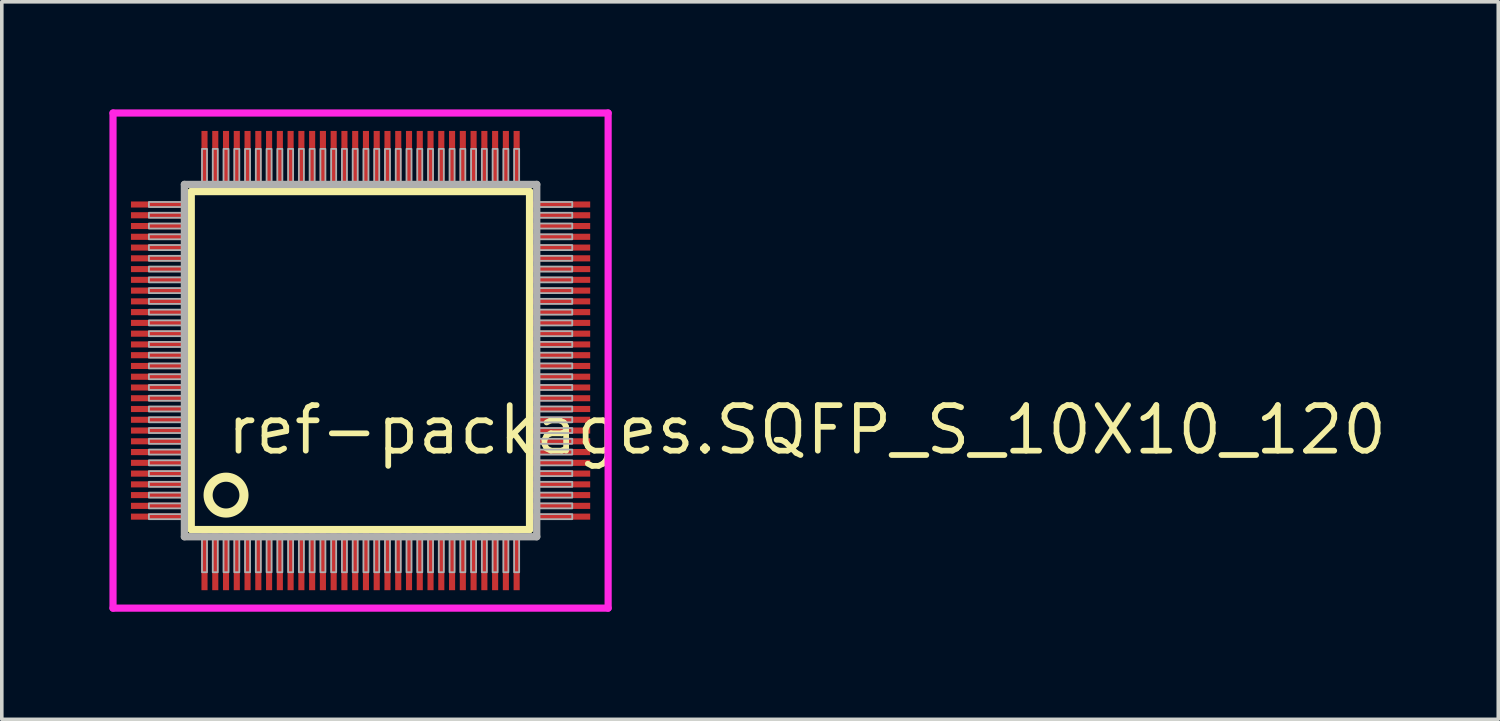
<source format=kicad_pcb>
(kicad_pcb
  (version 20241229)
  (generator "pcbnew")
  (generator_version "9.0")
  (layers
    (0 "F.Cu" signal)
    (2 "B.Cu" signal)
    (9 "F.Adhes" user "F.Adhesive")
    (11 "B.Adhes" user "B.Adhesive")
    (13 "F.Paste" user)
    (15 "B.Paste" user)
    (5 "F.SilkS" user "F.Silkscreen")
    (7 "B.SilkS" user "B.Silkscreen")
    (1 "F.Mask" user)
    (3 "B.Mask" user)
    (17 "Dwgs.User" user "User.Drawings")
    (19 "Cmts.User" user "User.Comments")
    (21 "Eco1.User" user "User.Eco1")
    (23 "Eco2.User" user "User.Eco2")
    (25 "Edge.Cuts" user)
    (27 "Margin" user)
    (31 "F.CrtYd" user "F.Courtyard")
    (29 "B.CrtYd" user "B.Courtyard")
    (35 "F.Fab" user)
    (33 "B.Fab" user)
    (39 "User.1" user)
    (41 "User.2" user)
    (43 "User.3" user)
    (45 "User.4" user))
  (footprint "ref-packages.SQFP_S_10X10_120"
    (layer "F.Cu")
    (at 7 7)
    (property "Reference" "ref-packages.SQFP_S_10X10_120" (at -3.81 2.675 0) (layer "F.SilkS") (effects (font (size 1.27 1.27) (thickness 0.16)) (justify left bottom)))
    (attr smd)
    (fp_line (start -4.72 -4.71) (end 4.71 -4.71) (stroke (width 0.203) (type default)) (layer "F.SilkS"))
    (fp_line (start -4.72 4.71) (end -4.72 -4.71) (stroke (width 0.203) (type default)) (layer "F.SilkS"))
    (fp_line (start 4.71 -4.71) (end 4.71 4.71) (stroke (width 0.203) (type default)) (layer "F.SilkS"))
    (fp_line (start 4.71 4.71) (end -4.72 4.71) (stroke (width 0.203) (type default)) (layer "F.SilkS"))
    (fp_circle (center -3.75 3.75) (end -3.25 3.75) (stroke (width 0.254) (type default)) (fill no) (layer "F.SilkS"))
    (fp_line (start -6.9 -6.9) (end 6.9 -6.9) (stroke (width 0.2) (type default)) (layer "F.CrtYd"))
    (fp_line (start -6.9 6.9) (end -6.9 -6.9) (stroke (width 0.2) (type default)) (layer "F.CrtYd"))
    (fp_line (start 6.9 -6.9) (end 6.9 6.9) (stroke (width 0.2) (type default)) (layer "F.CrtYd"))
    (fp_line (start 6.9 6.9) (end -6.9 6.9) (stroke (width 0.2) (type default)) (layer "F.CrtYd"))
    (fp_line (start -4.91 -4.91) (end -4.91 4.91) (stroke (width 0.203) (type default)) (layer "F.Fab"))
    (fp_line (start -4.91 4.91) (end 4.91 4.91) (stroke (width 0.203) (type default)) (layer "F.Fab"))
    (fp_line (start 4.91 -4.91) (end -4.91 -4.91) (stroke (width 0.203) (type default)) (layer "F.Fab"))
    (fp_line (start 4.91 4.91) (end 4.91 -4.91) (stroke (width 0.203) (type default)) (layer "F.Fab"))
    (fp_rect (start -5.9 -4.28) (end -4.95 -4.42) (stroke (width 0.05) (type default)) (fill no) (layer "F.Fab"))
    (fp_rect (start -5.9 -3.98) (end -4.95 -4.12) (stroke (width 0.05) (type default)) (fill no) (layer "F.Fab"))
    (fp_rect (start -5.9 -3.68) (end -4.95 -3.82) (stroke (width 0.05) (type default)) (fill no) (layer "F.Fab"))
    (fp_rect (start -5.9 -3.38) (end -4.95 -3.52) (stroke (width 0.05) (type default)) (fill no) (layer "F.Fab"))
    (fp_rect (start -5.9 -3.08) (end -4.95 -3.22) (stroke (width 0.05) (type default)) (fill no) (layer "F.Fab"))
    (fp_rect (start -5.9 -2.78) (end -4.95 -2.92) (stroke (width 0.05) (type default)) (fill no) (layer "F.Fab"))
    (fp_rect (start -5.9 -2.48) (end -4.95 -2.62) (stroke (width 0.05) (type default)) (fill no) (layer "F.Fab"))
    (fp_rect (start -5.9 -2.18) (end -4.95 -2.32) (stroke (width 0.05) (type default)) (fill no) (layer "F.Fab"))
    (fp_rect (start -5.9 -1.88) (end -4.95 -2.02) (stroke (width 0.05) (type default)) (fill no) (layer "F.Fab"))
    (fp_rect (start -5.9 -1.58) (end -4.95 -1.72) (stroke (width 0.05) (type default)) (fill no) (layer "F.Fab"))
    (fp_rect (start -5.9 -1.28) (end -4.95 -1.42) (stroke (width 0.05) (type default)) (fill no) (layer "F.Fab"))
    (fp_rect (start -5.9 -0.98) (end -4.95 -1.12) (stroke (width 0.05) (type default)) (fill no) (layer "F.Fab"))
    (fp_rect (start -5.9 -0.68) (end -4.95 -0.82) (stroke (width 0.05) (type default)) (fill no) (layer "F.Fab"))
    (fp_rect (start -5.9 -0.38) (end -4.95 -0.52) (stroke (width 0.05) (type default)) (fill no) (layer "F.Fab"))
    (fp_rect (start -5.9 -0.08) (end -4.95 -0.22) (stroke (width 0.05) (type default)) (fill no) (layer "F.Fab"))
    (fp_rect (start -5.9 0.22) (end -4.95 0.08) (stroke (width 0.05) (type default)) (fill no) (layer "F.Fab"))
    (fp_rect (start -5.9 0.52) (end -4.95 0.38) (stroke (width 0.05) (type default)) (fill no) (layer "F.Fab"))
    (fp_rect (start -5.9 0.82) (end -4.95 0.68) (stroke (width 0.05) (type default)) (fill no) (layer "F.Fab"))
    (fp_rect (start -5.9 1.12) (end -4.95 0.98) (stroke (width 0.05) (type default)) (fill no) (layer "F.Fab"))
    (fp_rect (start -5.9 1.42) (end -4.95 1.28) (stroke (width 0.05) (type default)) (fill no) (layer "F.Fab"))
    (fp_rect (start -5.9 1.72) (end -4.95 1.58) (stroke (width 0.05) (type default)) (fill no) (layer "F.Fab"))
    (fp_rect (start -5.9 2.02) (end -4.95 1.88) (stroke (width 0.05) (type default)) (fill no) (layer "F.Fab"))
    (fp_rect (start -5.9 2.32) (end -4.95 2.18) (stroke (width 0.05) (type default)) (fill no) (layer "F.Fab"))
    (fp_rect (start -5.9 2.62) (end -4.95 2.48) (stroke (width 0.05) (type default)) (fill no) (layer "F.Fab"))
    (fp_rect (start -5.9 2.92) (end -4.95 2.78) (stroke (width 0.05) (type default)) (fill no) (layer "F.Fab"))
    (fp_rect (start -5.9 3.22) (end -4.95 3.08) (stroke (width 0.05) (type default)) (fill no) (layer "F.Fab"))
    (fp_rect (start -5.9 3.52) (end -4.95 3.38) (stroke (width 0.05) (type default)) (fill no) (layer "F.Fab"))
    (fp_rect (start -5.9 3.82) (end -4.95 3.68) (stroke (width 0.05) (type default)) (fill no) (layer "F.Fab"))
    (fp_rect (start -5.9 4.12) (end -4.95 3.98) (stroke (width 0.05) (type default)) (fill no) (layer "F.Fab"))
    (fp_rect (start -5.9 4.42) (end -4.95 4.28) (stroke (width 0.05) (type default)) (fill no) (layer "F.Fab"))
    (fp_rect (start -4.42 -4.95) (end -4.28 -5.9) (stroke (width 0.05) (type default)) (fill no) (layer "F.Fab"))
    (fp_rect (start -4.42 5.9) (end -4.28 4.95) (stroke (width 0.05) (type default)) (fill no) (layer "F.Fab"))
    (fp_rect (start -4.12 -4.95) (end -3.98 -5.9) (stroke (width 0.05) (type default)) (fill no) (layer "F.Fab"))
    (fp_rect (start -4.12 5.9) (end -3.98 4.95) (stroke (width 0.05) (type default)) (fill no) (layer "F.Fab"))
    (fp_rect (start -3.82 -4.95) (end -3.68 -5.9) (stroke (width 0.05) (type default)) (fill no) (layer "F.Fab"))
    (fp_rect (start -3.82 5.9) (end -3.68 4.95) (stroke (width 0.05) (type default)) (fill no) (layer "F.Fab"))
    (fp_rect (start -3.52 -4.95) (end -3.38 -5.9) (stroke (width 0.05) (type default)) (fill no) (layer "F.Fab"))
    (fp_rect (start -3.52 5.9) (end -3.38 4.95) (stroke (width 0.05) (type default)) (fill no) (layer "F.Fab"))
    (fp_rect (start -3.22 -4.95) (end -3.08 -5.9) (stroke (width 0.05) (type default)) (fill no) (layer "F.Fab"))
    (fp_rect (start -3.22 5.9) (end -3.08 4.95) (stroke (width 0.05) (type default)) (fill no) (layer "F.Fab"))
    (fp_rect (start -2.92 -4.95) (end -2.78 -5.9) (stroke (width 0.05) (type default)) (fill no) (layer "F.Fab"))
    (fp_rect (start -2.92 5.9) (end -2.78 4.95) (stroke (width 0.05) (type default)) (fill no) (layer "F.Fab"))
    (fp_rect (start -2.62 -4.95) (end -2.48 -5.9) (stroke (width 0.05) (type default)) (fill no) (layer "F.Fab"))
    (fp_rect (start -2.62 5.9) (end -2.48 4.95) (stroke (width 0.05) (type default)) (fill no) (layer "F.Fab"))
    (fp_rect (start -2.32 -4.95) (end -2.18 -5.9) (stroke (width 0.05) (type default)) (fill no) (layer "F.Fab"))
    (fp_rect (start -2.32 5.9) (end -2.18 4.95) (stroke (width 0.05) (type default)) (fill no) (layer "F.Fab"))
    (fp_rect (start -2.02 -4.95) (end -1.88 -5.9) (stroke (width 0.05) (type default)) (fill no) (layer "F.Fab"))
    (fp_rect (start -2.02 5.9) (end -1.88 4.95) (stroke (width 0.05) (type default)) (fill no) (layer "F.Fab"))
    (fp_rect (start -1.72 -4.95) (end -1.58 -5.9) (stroke (width 0.05) (type default)) (fill no) (layer "F.Fab"))
    (fp_rect (start -1.72 5.9) (end -1.58 4.95) (stroke (width 0.05) (type default)) (fill no) (layer "F.Fab"))
    (fp_rect (start -1.42 -4.95) (end -1.28 -5.9) (stroke (width 0.05) (type default)) (fill no) (layer "F.Fab"))
    (fp_rect (start -1.42 5.9) (end -1.28 4.95) (stroke (width 0.05) (type default)) (fill no) (layer "F.Fab"))
    (fp_rect (start -1.12 -4.95) (end -0.98 -5.9) (stroke (width 0.05) (type default)) (fill no) (layer "F.Fab"))
    (fp_rect (start -1.12 5.9) (end -0.98 4.95) (stroke (width 0.05) (type default)) (fill no) (layer "F.Fab"))
    (fp_rect (start -0.82 -4.95) (end -0.68 -5.9) (stroke (width 0.05) (type default)) (fill no) (layer "F.Fab"))
    (fp_rect (start -0.82 5.9) (end -0.68 4.95) (stroke (width 0.05) (type default)) (fill no) (layer "F.Fab"))
    (fp_rect (start -0.52 -4.95) (end -0.38 -5.9) (stroke (width 0.05) (type default)) (fill no) (layer "F.Fab"))
    (fp_rect (start -0.52 5.9) (end -0.38 4.95) (stroke (width 0.05) (type default)) (fill no) (layer "F.Fab"))
    (fp_rect (start -0.22 -4.95) (end -0.08 -5.9) (stroke (width 0.05) (type default)) (fill no) (layer "F.Fab"))
    (fp_rect (start -0.22 5.9) (end -0.08 4.95) (stroke (width 0.05) (type default)) (fill no) (layer "F.Fab"))
    (fp_rect (start 0.08 -4.95) (end 0.22 -5.9) (stroke (width 0.05) (type default)) (fill no) (layer "F.Fab"))
    (fp_rect (start 0.08 5.9) (end 0.22 4.95) (stroke (width 0.05) (type default)) (fill no) (layer "F.Fab"))
    (fp_rect (start 0.38 -4.95) (end 0.52 -5.9) (stroke (width 0.05) (type default)) (fill no) (layer "F.Fab"))
    (fp_rect (start 0.38 5.9) (end 0.52 4.95) (stroke (width 0.05) (type default)) (fill no) (layer "F.Fab"))
    (fp_rect (start 0.68 -4.95) (end 0.82 -5.9) (stroke (width 0.05) (type default)) (fill no) (layer "F.Fab"))
    (fp_rect (start 0.68 5.9) (end 0.82 4.95) (stroke (width 0.05) (type default)) (fill no) (layer "F.Fab"))
    (fp_rect (start 0.98 -4.95) (end 1.12 -5.9) (stroke (width 0.05) (type default)) (fill no) (layer "F.Fab"))
    (fp_rect (start 0.98 5.9) (end 1.12 4.95) (stroke (width 0.05) (type default)) (fill no) (layer "F.Fab"))
    (fp_rect (start 1.28 -4.95) (end 1.42 -5.9) (stroke (width 0.05) (type default)) (fill no) (layer "F.Fab"))
    (fp_rect (start 1.28 5.9) (end 1.42 4.95) (stroke (width 0.05) (type default)) (fill no) (layer "F.Fab"))
    (fp_rect (start 1.58 -4.95) (end 1.72 -5.9) (stroke (width 0.05) (type default)) (fill no) (layer "F.Fab"))
    (fp_rect (start 1.58 5.9) (end 1.72 4.95) (stroke (width 0.05) (type default)) (fill no) (layer "F.Fab"))
    (fp_rect (start 1.88 -4.95) (end 2.02 -5.9) (stroke (width 0.05) (type default)) (fill no) (layer "F.Fab"))
    (fp_rect (start 1.88 5.9) (end 2.02 4.95) (stroke (width 0.05) (type default)) (fill no) (layer "F.Fab"))
    (fp_rect (start 2.18 -4.95) (end 2.32 -5.9) (stroke (width 0.05) (type default)) (fill no) (layer "F.Fab"))
    (fp_rect (start 2.18 5.9) (end 2.32 4.95) (stroke (width 0.05) (type default)) (fill no) (layer "F.Fab"))
    (fp_rect (start 2.48 -4.95) (end 2.62 -5.9) (stroke (width 0.05) (type default)) (fill no) (layer "F.Fab"))
    (fp_rect (start 2.48 5.9) (end 2.62 4.95) (stroke (width 0.05) (type default)) (fill no) (layer "F.Fab"))
    (fp_rect (start 2.78 -4.95) (end 2.92 -5.9) (stroke (width 0.05) (type default)) (fill no) (layer "F.Fab"))
    (fp_rect (start 2.78 5.9) (end 2.92 4.95) (stroke (width 0.05) (type default)) (fill no) (layer "F.Fab"))
    (fp_rect (start 3.08 -4.95) (end 3.22 -5.9) (stroke (width 0.05) (type default)) (fill no) (layer "F.Fab"))
    (fp_rect (start 3.08 5.9) (end 3.22 4.95) (stroke (width 0.05) (type default)) (fill no) (layer "F.Fab"))
    (fp_rect (start 3.38 -4.95) (end 3.52 -5.9) (stroke (width 0.05) (type default)) (fill no) (layer "F.Fab"))
    (fp_rect (start 3.38 5.9) (end 3.52 4.95) (stroke (width 0.05) (type default)) (fill no) (layer "F.Fab"))
    (fp_rect (start 3.68 -4.95) (end 3.82 -5.9) (stroke (width 0.05) (type default)) (fill no) (layer "F.Fab"))
    (fp_rect (start 3.68 5.9) (end 3.82 4.95) (stroke (width 0.05) (type default)) (fill no) (layer "F.Fab"))
    (fp_rect (start 3.98 -4.95) (end 4.12 -5.9) (stroke (width 0.05) (type default)) (fill no) (layer "F.Fab"))
    (fp_rect (start 3.98 5.9) (end 4.12 4.95) (stroke (width 0.05) (type default)) (fill no) (layer "F.Fab"))
    (fp_rect (start 4.28 -4.95) (end 4.42 -5.9) (stroke (width 0.05) (type default)) (fill no) (layer "F.Fab"))
    (fp_rect (start 4.28 5.9) (end 4.42 4.95) (stroke (width 0.05) (type default)) (fill no) (layer "F.Fab"))
    (fp_rect (start 4.95 -4.28) (end 5.9 -4.42) (stroke (width 0.05) (type default)) (fill no) (layer "F.Fab"))
    (fp_rect (start 4.95 -3.98) (end 5.9 -4.12) (stroke (width 0.05) (type default)) (fill no) (layer "F.Fab"))
    (fp_rect (start 4.95 -3.68) (end 5.9 -3.82) (stroke (width 0.05) (type default)) (fill no) (layer "F.Fab"))
    (fp_rect (start 4.95 -3.38) (end 5.9 -3.52) (stroke (width 0.05) (type default)) (fill no) (layer "F.Fab"))
    (fp_rect (start 4.95 -3.08) (end 5.9 -3.22) (stroke (width 0.05) (type default)) (fill no) (layer "F.Fab"))
    (fp_rect (start 4.95 -2.78) (end 5.9 -2.92) (stroke (width 0.05) (type default)) (fill no) (layer "F.Fab"))
    (fp_rect (start 4.95 -2.48) (end 5.9 -2.62) (stroke (width 0.05) (type default)) (fill no) (layer "F.Fab"))
    (fp_rect (start 4.95 -2.18) (end 5.9 -2.32) (stroke (width 0.05) (type default)) (fill no) (layer "F.Fab"))
    (fp_rect (start 4.95 -1.88) (end 5.9 -2.02) (stroke (width 0.05) (type default)) (fill no) (layer "F.Fab"))
    (fp_rect (start 4.95 -1.58) (end 5.9 -1.72) (stroke (width 0.05) (type default)) (fill no) (layer "F.Fab"))
    (fp_rect (start 4.95 -1.28) (end 5.9 -1.42) (stroke (width 0.05) (type default)) (fill no) (layer "F.Fab"))
    (fp_rect (start 4.95 -0.98) (end 5.9 -1.12) (stroke (width 0.05) (type default)) (fill no) (layer "F.Fab"))
    (fp_rect (start 4.95 -0.68) (end 5.9 -0.82) (stroke (width 0.05) (type default)) (fill no) (layer "F.Fab"))
    (fp_rect (start 4.95 -0.38) (end 5.9 -0.52) (stroke (width 0.05) (type default)) (fill no) (layer "F.Fab"))
    (fp_rect (start 4.95 -0.08) (end 5.9 -0.22) (stroke (width 0.05) (type default)) (fill no) (layer "F.Fab"))
    (fp_rect (start 4.95 0.22) (end 5.9 0.08) (stroke (width 0.05) (type default)) (fill no) (layer "F.Fab"))
    (fp_rect (start 4.95 0.52) (end 5.9 0.38) (stroke (width 0.05) (type default)) (fill no) (layer "F.Fab"))
    (fp_rect (start 4.95 0.82) (end 5.9 0.68) (stroke (width 0.05) (type default)) (fill no) (layer "F.Fab"))
    (fp_rect (start 4.95 1.12) (end 5.9 0.98) (stroke (width 0.05) (type default)) (fill no) (layer "F.Fab"))
    (fp_rect (start 4.95 1.42) (end 5.9 1.28) (stroke (width 0.05) (type default)) (fill no) (layer "F.Fab"))
    (fp_rect (start 4.95 1.72) (end 5.9 1.58) (stroke (width 0.05) (type default)) (fill no) (layer "F.Fab"))
    (fp_rect (start 4.95 2.02) (end 5.9 1.88) (stroke (width 0.05) (type default)) (fill no) (layer "F.Fab"))
    (fp_rect (start 4.95 2.32) (end 5.9 2.18) (stroke (width 0.05) (type default)) (fill no) (layer "F.Fab"))
    (fp_rect (start 4.95 2.62) (end 5.9 2.48) (stroke (width 0.05) (type default)) (fill no) (layer "F.Fab"))
    (fp_rect (start 4.95 2.92) (end 5.9 2.78) (stroke (width 0.05) (type default)) (fill no) (layer "F.Fab"))
    (fp_rect (start 4.95 3.22) (end 5.9 3.08) (stroke (width 0.05) (type default)) (fill no) (layer "F.Fab"))
    (fp_rect (start 4.95 3.52) (end 5.9 3.38) (stroke (width 0.05) (type default)) (fill no) (layer "F.Fab"))
    (fp_rect (start 4.95 3.82) (end 5.9 3.68) (stroke (width 0.05) (type default)) (fill no) (layer "F.Fab"))
    (fp_rect (start 4.95 4.12) (end 5.9 3.98) (stroke (width 0.05) (type default)) (fill no) (layer "F.Fab"))
    (fp_rect (start 4.95 4.42) (end 5.9 4.28) (stroke (width 0.05) (type default)) (fill no) (layer "F.Fab"))
    (pad "1" smd roundrect (at -4.35 5.6) (size 0.17 1.6) (layers "F.Cu" "F.Mask" "F.Paste") (roundrect_rratio 0.01))
    (pad "2" smd roundrect (at -4.05 5.6) (size 0.17 1.6) (layers "F.Cu" "F.Mask" "F.Paste") (roundrect_rratio 0.01))
    (pad "3" smd roundrect (at -3.75 5.6) (size 0.17 1.6) (layers "F.Cu" "F.Mask" "F.Paste") (roundrect_rratio 0.01))
    (pad "4" smd roundrect (at -3.45 5.6) (size 0.17 1.6) (layers "F.Cu" "F.Mask" "F.Paste") (roundrect_rratio 0.01))
    (pad "5" smd roundrect (at -3.15 5.6) (size 0.17 1.6) (layers "F.Cu" "F.Mask" "F.Paste") (roundrect_rratio 0.01))
    (pad "6" smd roundrect (at -2.85 5.6) (size 0.17 1.6) (layers "F.Cu" "F.Mask" "F.Paste") (roundrect_rratio 0.01))
    (pad "7" smd roundrect (at -2.55 5.6) (size 0.17 1.6) (layers "F.Cu" "F.Mask" "F.Paste") (roundrect_rratio 0.01))
    (pad "8" smd roundrect (at -2.25 5.6) (size 0.17 1.6) (layers "F.Cu" "F.Mask" "F.Paste") (roundrect_rratio 0.01))
    (pad "9" smd roundrect (at -1.95 5.6) (size 0.17 1.6) (layers "F.Cu" "F.Mask" "F.Paste") (roundrect_rratio 0.01))
    (pad "10" smd roundrect (at -1.65 5.6) (size 0.17 1.6) (layers "F.Cu" "F.Mask" "F.Paste") (roundrect_rratio 0.01))
    (pad "11" smd roundrect (at -1.35 5.6) (size 0.17 1.6) (layers "F.Cu" "F.Mask" "F.Paste") (roundrect_rratio 0.01))
    (pad "12" smd roundrect (at -1.05 5.6) (size 0.17 1.6) (layers "F.Cu" "F.Mask" "F.Paste") (roundrect_rratio 0.01))
    (pad "13" smd roundrect (at -0.75 5.6) (size 0.17 1.6) (layers "F.Cu" "F.Mask" "F.Paste") (roundrect_rratio 0.01))
    (pad "14" smd roundrect (at -0.45 5.6) (size 0.17 1.6) (layers "F.Cu" "F.Mask" "F.Paste") (roundrect_rratio 0.01))
    (pad "15" smd roundrect (at -0.15 5.6) (size 0.17 1.6) (layers "F.Cu" "F.Mask" "F.Paste") (roundrect_rratio 0.01))
    (pad "16" smd roundrect (at 0.15 5.6) (size 0.17 1.6) (layers "F.Cu" "F.Mask" "F.Paste") (roundrect_rratio 0.01))
    (pad "17" smd roundrect (at 0.45 5.6) (size 0.17 1.6) (layers "F.Cu" "F.Mask" "F.Paste") (roundrect_rratio 0.01))
    (pad "18" smd roundrect (at 0.75 5.6) (size 0.17 1.6) (layers "F.Cu" "F.Mask" "F.Paste") (roundrect_rratio 0.01))
    (pad "19" smd roundrect (at 1.05 5.6) (size 0.17 1.6) (layers "F.Cu" "F.Mask" "F.Paste") (roundrect_rratio 0.01))
    (pad "20" smd roundrect (at 1.35 5.6) (size 0.17 1.6) (layers "F.Cu" "F.Mask" "F.Paste") (roundrect_rratio 0.01))
    (pad "21" smd roundrect (at 1.65 5.6) (size 0.17 1.6) (layers "F.Cu" "F.Mask" "F.Paste") (roundrect_rratio 0.01))
    (pad "22" smd roundrect (at 1.95 5.6) (size 0.17 1.6) (layers "F.Cu" "F.Mask" "F.Paste") (roundrect_rratio 0.01))
    (pad "23" smd roundrect (at 2.25 5.6) (size 0.17 1.6) (layers "F.Cu" "F.Mask" "F.Paste") (roundrect_rratio 0.01))
    (pad "24" smd roundrect (at 2.55 5.6) (size 0.17 1.6) (layers "F.Cu" "F.Mask" "F.Paste") (roundrect_rratio 0.01))
    (pad "25" smd roundrect (at 2.85 5.6) (size 0.17 1.6) (layers "F.Cu" "F.Mask" "F.Paste") (roundrect_rratio 0.01))
    (pad "26" smd roundrect (at 3.15 5.6) (size 0.17 1.6) (layers "F.Cu" "F.Mask" "F.Paste") (roundrect_rratio 0.01))
    (pad "27" smd roundrect (at 3.45 5.6) (size 0.17 1.6) (layers "F.Cu" "F.Mask" "F.Paste") (roundrect_rratio 0.01))
    (pad "28" smd roundrect (at 3.75 5.6) (size 0.17 1.6) (layers "F.Cu" "F.Mask" "F.Paste") (roundrect_rratio 0.01))
    (pad "29" smd roundrect (at 4.05 5.6) (size 0.17 1.6) (layers "F.Cu" "F.Mask" "F.Paste") (roundrect_rratio 0.01))
    (pad "30" smd roundrect (at 4.35 5.6) (size 0.17 1.6) (layers "F.Cu" "F.Mask" "F.Paste") (roundrect_rratio 0.01))
    (pad "31" smd roundrect (at 5.6 4.35) (size 1.6 0.17) (layers "F.Cu" "F.Mask" "F.Paste") (roundrect_rratio 0.01))
    (pad "32" smd roundrect (at 5.6 4.05) (size 1.6 0.17) (layers "F.Cu" "F.Mask" "F.Paste") (roundrect_rratio 0.01))
    (pad "33" smd roundrect (at 5.6 3.75) (size 1.6 0.17) (layers "F.Cu" "F.Mask" "F.Paste") (roundrect_rratio 0.01))
    (pad "34" smd roundrect (at 5.6 3.45) (size 1.6 0.17) (layers "F.Cu" "F.Mask" "F.Paste") (roundrect_rratio 0.01))
    (pad "35" smd roundrect (at 5.6 3.15) (size 1.6 0.17) (layers "F.Cu" "F.Mask" "F.Paste") (roundrect_rratio 0.01))
    (pad "36" smd roundrect (at 5.6 2.85) (size 1.6 0.17) (layers "F.Cu" "F.Mask" "F.Paste") (roundrect_rratio 0.01))
    (pad "37" smd roundrect (at 5.6 2.55) (size 1.6 0.17) (layers "F.Cu" "F.Mask" "F.Paste") (roundrect_rratio 0.01))
    (pad "38" smd roundrect (at 5.6 2.25) (size 1.6 0.17) (layers "F.Cu" "F.Mask" "F.Paste") (roundrect_rratio 0.01))
    (pad "39" smd roundrect (at 5.6 1.95) (size 1.6 0.17) (layers "F.Cu" "F.Mask" "F.Paste") (roundrect_rratio 0.01))
    (pad "40" smd roundrect (at 5.6 1.65) (size 1.6 0.17) (layers "F.Cu" "F.Mask" "F.Paste") (roundrect_rratio 0.01))
    (pad "41" smd roundrect (at 5.6 1.35) (size 1.6 0.17) (layers "F.Cu" "F.Mask" "F.Paste") (roundrect_rratio 0.01))
    (pad "42" smd roundrect (at 5.6 1.05) (size 1.6 0.17) (layers "F.Cu" "F.Mask" "F.Paste") (roundrect_rratio 0.01))
    (pad "43" smd roundrect (at 5.6 0.75) (size 1.6 0.17) (layers "F.Cu" "F.Mask" "F.Paste") (roundrect_rratio 0.01))
    (pad "44" smd roundrect (at 5.6 0.45) (size 1.6 0.17) (layers "F.Cu" "F.Mask" "F.Paste") (roundrect_rratio 0.01))
    (pad "45" smd roundrect (at 5.6 0.15) (size 1.6 0.17) (layers "F.Cu" "F.Mask" "F.Paste") (roundrect_rratio 0.01))
    (pad "46" smd roundrect (at 5.6 -0.15) (size 1.6 0.17) (layers "F.Cu" "F.Mask" "F.Paste") (roundrect_rratio 0.01))
    (pad "47" smd roundrect (at 5.6 -0.45) (size 1.6 0.17) (layers "F.Cu" "F.Mask" "F.Paste") (roundrect_rratio 0.01))
    (pad "48" smd roundrect (at 5.6 -0.75) (size 1.6 0.17) (layers "F.Cu" "F.Mask" "F.Paste") (roundrect_rratio 0.01))
    (pad "49" smd roundrect (at 5.6 -1.05) (size 1.6 0.17) (layers "F.Cu" "F.Mask" "F.Paste") (roundrect_rratio 0.01))
    (pad "50" smd roundrect (at 5.6 -1.35) (size 1.6 0.17) (layers "F.Cu" "F.Mask" "F.Paste") (roundrect_rratio 0.01))
    (pad "51" smd roundrect (at 5.6 -1.65) (size 1.6 0.17) (layers "F.Cu" "F.Mask" "F.Paste") (roundrect_rratio 0.01))
    (pad "52" smd roundrect (at 5.6 -1.95) (size 1.6 0.17) (layers "F.Cu" "F.Mask" "F.Paste") (roundrect_rratio 0.01))
    (pad "53" smd roundrect (at 5.6 -2.25) (size 1.6 0.17) (layers "F.Cu" "F.Mask" "F.Paste") (roundrect_rratio 0.01))
    (pad "54" smd roundrect (at 5.6 -2.55) (size 1.6 0.17) (layers "F.Cu" "F.Mask" "F.Paste") (roundrect_rratio 0.01))
    (pad "55" smd roundrect (at 5.6 -2.85) (size 1.6 0.17) (layers "F.Cu" "F.Mask" "F.Paste") (roundrect_rratio 0.01))
    (pad "56" smd roundrect (at 5.6 -3.15) (size 1.6 0.17) (layers "F.Cu" "F.Mask" "F.Paste") (roundrect_rratio 0.01))
    (pad "57" smd roundrect (at 5.6 -3.45) (size 1.6 0.17) (layers "F.Cu" "F.Mask" "F.Paste") (roundrect_rratio 0.01))
    (pad "58" smd roundrect (at 5.6 -3.75) (size 1.6 0.17) (layers "F.Cu" "F.Mask" "F.Paste") (roundrect_rratio 0.01))
    (pad "59" smd roundrect (at 5.6 -4.05) (size 1.6 0.17) (layers "F.Cu" "F.Mask" "F.Paste") (roundrect_rratio 0.01))
    (pad "60" smd roundrect (at 5.6 -4.35) (size 1.6 0.17) (layers "F.Cu" "F.Mask" "F.Paste") (roundrect_rratio 0.01))
    (pad "61" smd roundrect (at 4.35 -5.6) (size 0.17 1.6) (layers "F.Cu" "F.Mask" "F.Paste") (roundrect_rratio 0.01))
    (pad "62" smd roundrect (at 4.05 -5.6) (size 0.17 1.6) (layers "F.Cu" "F.Mask" "F.Paste") (roundrect_rratio 0.01))
    (pad "63" smd roundrect (at 3.75 -5.6) (size 0.17 1.6) (layers "F.Cu" "F.Mask" "F.Paste") (roundrect_rratio 0.01))
    (pad "64" smd roundrect (at 3.45 -5.6) (size 0.17 1.6) (layers "F.Cu" "F.Mask" "F.Paste") (roundrect_rratio 0.01))
    (pad "65" smd roundrect (at 3.15 -5.6) (size 0.17 1.6) (layers "F.Cu" "F.Mask" "F.Paste") (roundrect_rratio 0.01))
    (pad "66" smd roundrect (at 2.85 -5.6) (size 0.17 1.6) (layers "F.Cu" "F.Mask" "F.Paste") (roundrect_rratio 0.01))
    (pad "67" smd roundrect (at 2.55 -5.6) (size 0.17 1.6) (layers "F.Cu" "F.Mask" "F.Paste") (roundrect_rratio 0.01))
    (pad "68" smd roundrect (at 2.25 -5.6) (size 0.17 1.6) (layers "F.Cu" "F.Mask" "F.Paste") (roundrect_rratio 0.01))
    (pad "69" smd roundrect (at 1.95 -5.6) (size 0.17 1.6) (layers "F.Cu" "F.Mask" "F.Paste") (roundrect_rratio 0.01))
    (pad "70" smd roundrect (at 1.65 -5.6) (size 0.17 1.6) (layers "F.Cu" "F.Mask" "F.Paste") (roundrect_rratio 0.01))
    (pad "71" smd roundrect (at 1.35 -5.6) (size 0.17 1.6) (layers "F.Cu" "F.Mask" "F.Paste") (roundrect_rratio 0.01))
    (pad "72" smd roundrect (at 1.05 -5.6) (size 0.17 1.6) (layers "F.Cu" "F.Mask" "F.Paste") (roundrect_rratio 0.01))
    (pad "73" smd roundrect (at 0.75 -5.6) (size 0.17 1.6) (layers "F.Cu" "F.Mask" "F.Paste") (roundrect_rratio 0.01))
    (pad "74" smd roundrect (at 0.45 -5.6) (size 0.17 1.6) (layers "F.Cu" "F.Mask" "F.Paste") (roundrect_rratio 0.01))
    (pad "75" smd roundrect (at 0.15 -5.6) (size 0.17 1.6) (layers "F.Cu" "F.Mask" "F.Paste") (roundrect_rratio 0.01))
    (pad "76" smd roundrect (at -0.15 -5.6) (size 0.17 1.6) (layers "F.Cu" "F.Mask" "F.Paste") (roundrect_rratio 0.01))
    (pad "77" smd roundrect (at -0.45 -5.6) (size 0.17 1.6) (layers "F.Cu" "F.Mask" "F.Paste") (roundrect_rratio 0.01))
    (pad "78" smd roundrect (at -0.75 -5.6) (size 0.17 1.6) (layers "F.Cu" "F.Mask" "F.Paste") (roundrect_rratio 0.01))
    (pad "79" smd roundrect (at -1.05 -5.6) (size 0.17 1.6) (layers "F.Cu" "F.Mask" "F.Paste") (roundrect_rratio 0.01))
    (pad "80" smd roundrect (at -1.35 -5.6) (size 0.17 1.6) (layers "F.Cu" "F.Mask" "F.Paste") (roundrect_rratio 0.01))
    (pad "81" smd roundrect (at -1.65 -5.6) (size 0.17 1.6) (layers "F.Cu" "F.Mask" "F.Paste") (roundrect_rratio 0.01))
    (pad "82" smd roundrect (at -1.95 -5.6) (size 0.17 1.6) (layers "F.Cu" "F.Mask" "F.Paste") (roundrect_rratio 0.01))
    (pad "83" smd roundrect (at -2.25 -5.6) (size 0.17 1.6) (layers "F.Cu" "F.Mask" "F.Paste") (roundrect_rratio 0.01))
    (pad "84" smd roundrect (at -2.55 -5.6) (size 0.17 1.6) (layers "F.Cu" "F.Mask" "F.Paste") (roundrect_rratio 0.01))
    (pad "85" smd roundrect (at -2.85 -5.6) (size 0.17 1.6) (layers "F.Cu" "F.Mask" "F.Paste") (roundrect_rratio 0.01))
    (pad "86" smd roundrect (at -3.15 -5.6) (size 0.17 1.6) (layers "F.Cu" "F.Mask" "F.Paste") (roundrect_rratio 0.01))
    (pad "87" smd roundrect (at -3.45 -5.6) (size 0.17 1.6) (layers "F.Cu" "F.Mask" "F.Paste") (roundrect_rratio 0.01))
    (pad "88" smd roundrect (at -3.75 -5.6) (size 0.17 1.6) (layers "F.Cu" "F.Mask" "F.Paste") (roundrect_rratio 0.01))
    (pad "89" smd roundrect (at -4.05 -5.6) (size 0.17 1.6) (layers "F.Cu" "F.Mask" "F.Paste") (roundrect_rratio 0.01))
    (pad "90" smd roundrect (at -4.35 -5.6) (size 0.17 1.6) (layers "F.Cu" "F.Mask" "F.Paste") (roundrect_rratio 0.01))
    (pad "91" smd roundrect (at -5.6 -4.35) (size 1.6 0.17) (layers "F.Cu" "F.Mask" "F.Paste") (roundrect_rratio 0.01))
    (pad "92" smd roundrect (at -5.6 -4.05) (size 1.6 0.17) (layers "F.Cu" "F.Mask" "F.Paste") (roundrect_rratio 0.01))
    (pad "93" smd roundrect (at -5.6 -3.75) (size 1.6 0.17) (layers "F.Cu" "F.Mask" "F.Paste") (roundrect_rratio 0.01))
    (pad "94" smd roundrect (at -5.6 -3.45) (size 1.6 0.17) (layers "F.Cu" "F.Mask" "F.Paste") (roundrect_rratio 0.01))
    (pad "95" smd roundrect (at -5.6 -3.15) (size 1.6 0.17) (layers "F.Cu" "F.Mask" "F.Paste") (roundrect_rratio 0.01))
    (pad "96" smd roundrect (at -5.6 -2.85) (size 1.6 0.17) (layers "F.Cu" "F.Mask" "F.Paste") (roundrect_rratio 0.01))
    (pad "97" smd roundrect (at -5.6 -2.55) (size 1.6 0.17) (layers "F.Cu" "F.Mask" "F.Paste") (roundrect_rratio 0.01))
    (pad "98" smd roundrect (at -5.6 -2.25) (size 1.6 0.17) (layers "F.Cu" "F.Mask" "F.Paste") (roundrect_rratio 0.01))
    (pad "99" smd roundrect (at -5.6 -1.95) (size 1.6 0.17) (layers "F.Cu" "F.Mask" "F.Paste") (roundrect_rratio 0.01))
    (pad "100" smd roundrect (at -5.6 -1.65) (size 1.6 0.17) (layers "F.Cu" "F.Mask" "F.Paste") (roundrect_rratio 0.01))
    (pad "101" smd roundrect (at -5.6 -1.35) (size 1.6 0.17) (layers "F.Cu" "F.Mask" "F.Paste") (roundrect_rratio 0.01))
    (pad "102" smd roundrect (at -5.6 -1.05) (size 1.6 0.17) (layers "F.Cu" "F.Mask" "F.Paste") (roundrect_rratio 0.01))
    (pad "103" smd roundrect (at -5.6 -0.75) (size 1.6 0.17) (layers "F.Cu" "F.Mask" "F.Paste") (roundrect_rratio 0.01))
    (pad "104" smd roundrect (at -5.6 -0.45) (size 1.6 0.17) (layers "F.Cu" "F.Mask" "F.Paste") (roundrect_rratio 0.01))
    (pad "105" smd roundrect (at -5.6 -0.15) (size 1.6 0.17) (layers "F.Cu" "F.Mask" "F.Paste") (roundrect_rratio 0.01))
    (pad "106" smd roundrect (at -5.6 0.15) (size 1.6 0.17) (layers "F.Cu" "F.Mask" "F.Paste") (roundrect_rratio 0.01))
    (pad "107" smd roundrect (at -5.6 0.45) (size 1.6 0.17) (layers "F.Cu" "F.Mask" "F.Paste") (roundrect_rratio 0.01))
    (pad "108" smd roundrect (at -5.6 0.75) (size 1.6 0.17) (layers "F.Cu" "F.Mask" "F.Paste") (roundrect_rratio 0.01))
    (pad "109" smd roundrect (at -5.6 1.05) (size 1.6 0.17) (layers "F.Cu" "F.Mask" "F.Paste") (roundrect_rratio 0.01))
    (pad "110" smd roundrect (at -5.6 1.35) (size 1.6 0.17) (layers "F.Cu" "F.Mask" "F.Paste") (roundrect_rratio 0.01))
    (pad "111" smd roundrect (at -5.6 1.65) (size 1.6 0.17) (layers "F.Cu" "F.Mask" "F.Paste") (roundrect_rratio 0.01))
    (pad "112" smd roundrect (at -5.6 1.95) (size 1.6 0.17) (layers "F.Cu" "F.Mask" "F.Paste") (roundrect_rratio 0.01))
    (pad "113" smd roundrect (at -5.6 2.25) (size 1.6 0.17) (layers "F.Cu" "F.Mask" "F.Paste") (roundrect_rratio 0.01))
    (pad "114" smd roundrect (at -5.6 2.55) (size 1.6 0.17) (layers "F.Cu" "F.Mask" "F.Paste") (roundrect_rratio 0.01))
    (pad "115" smd roundrect (at -5.6 2.85) (size 1.6 0.17) (layers "F.Cu" "F.Mask" "F.Paste") (roundrect_rratio 0.01))
    (pad "116" smd roundrect (at -5.6 3.15) (size 1.6 0.17) (layers "F.Cu" "F.Mask" "F.Paste") (roundrect_rratio 0.01))
    (pad "117" smd roundrect (at -5.6 3.45) (size 1.6 0.17) (layers "F.Cu" "F.Mask" "F.Paste") (roundrect_rratio 0.01))
    (pad "118" smd roundrect (at -5.6 3.75) (size 1.6 0.17) (layers "F.Cu" "F.Mask" "F.Paste") (roundrect_rratio 0.01))
    (pad "119" smd roundrect (at -5.6 4.05) (size 1.6 0.17) (layers "F.Cu" "F.Mask" "F.Paste") (roundrect_rratio 0.01))
    (pad "120" smd roundrect (at -5.6 4.35) (size 1.6 0.17) (layers "F.Cu" "F.Mask" "F.Paste") (roundrect_rratio 0.01)))
  (gr_rect
    (start -3 -3)
    (end 38.71 17)
    (stroke (width 0.1) (type default))
    (fill no)
    (layer "Edge.Cuts")))
</source>
